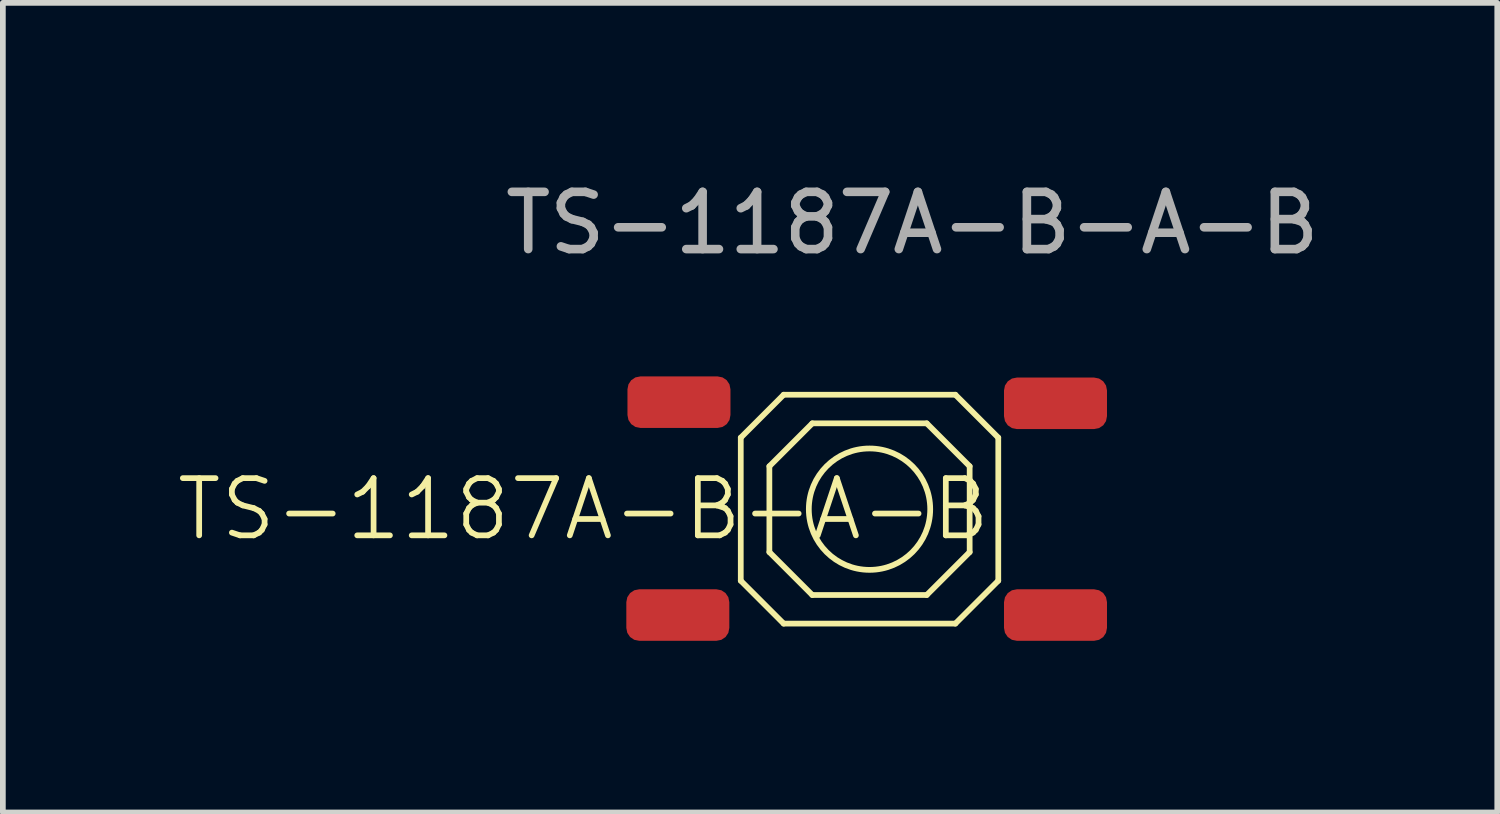
<source format=kicad_pcb>
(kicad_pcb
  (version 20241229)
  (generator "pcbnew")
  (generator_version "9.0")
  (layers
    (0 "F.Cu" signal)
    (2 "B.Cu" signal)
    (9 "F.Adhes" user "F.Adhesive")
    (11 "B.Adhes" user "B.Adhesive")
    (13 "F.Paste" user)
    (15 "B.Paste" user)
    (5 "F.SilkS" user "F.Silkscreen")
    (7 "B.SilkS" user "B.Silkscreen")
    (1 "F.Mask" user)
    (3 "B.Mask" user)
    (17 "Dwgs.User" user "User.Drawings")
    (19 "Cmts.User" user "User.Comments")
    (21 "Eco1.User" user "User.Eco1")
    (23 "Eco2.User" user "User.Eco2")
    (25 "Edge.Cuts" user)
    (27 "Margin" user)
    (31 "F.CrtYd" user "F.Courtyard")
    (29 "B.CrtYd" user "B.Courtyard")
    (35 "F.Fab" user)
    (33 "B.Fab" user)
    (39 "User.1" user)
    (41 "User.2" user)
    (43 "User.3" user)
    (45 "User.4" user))
  (footprint "TS-1187A-B-A-B"
    (layer "F.Cu")
    (at 12.145 5.848)
    (property "Reference" "TS-1187A-B-A-B" (at -5 0 0) (unlocked yes) (layer "F.SilkS") (effects (font (size 1 1) (thickness 0.1))))
    (attr smd)
    (fp_line (start -2.25 -1.25) (end -2.25 1.25) (stroke (width 0.1) (type default)) (layer "F.SilkS"))
    (fp_line (start -2.25 1.25) (end -1.5 2) (stroke (width 0.1) (type default)) (layer "F.SilkS"))
    (fp_line (start -1.75 -0.75) (end -1.75 0.75) (stroke (width 0.1) (type default)) (layer "F.SilkS"))
    (fp_line (start -1.75 0.75) (end -1 1.5) (stroke (width 0.1) (type default)) (layer "F.SilkS"))
    (fp_line (start -1.5 -2) (end -2.25 -1.25) (stroke (width 0.1) (type default)) (layer "F.SilkS"))
    (fp_line (start -1.5 2) (end 1.5 2) (stroke (width 0.1) (type default)) (layer "F.SilkS"))
    (fp_line (start -1 -1.5) (end -1.75 -0.75) (stroke (width 0.1) (type default)) (layer "F.SilkS"))
    (fp_line (start -1 1.5) (end 1 1.5) (stroke (width 0.1) (type default)) (layer "F.SilkS"))
    (fp_line (start 1 -1.5) (end -1 -1.5) (stroke (width 0.1) (type default)) (layer "F.SilkS"))
    (fp_line (start 1 1.5) (end 1.75 0.75) (stroke (width 0.1) (type default)) (layer "F.SilkS"))
    (fp_line (start 1.5 -2) (end -1.5 -2) (stroke (width 0.1) (type default)) (layer "F.SilkS"))
    (fp_line (start 1.5 2) (end 2.25 1.25) (stroke (width 0.1) (type default)) (layer "F.SilkS"))
    (fp_line (start 1.75 -0.75) (end 1 -1.5) (stroke (width 0.1) (type default)) (layer "F.SilkS"))
    (fp_line (start 1.75 0.75) (end 1.75 -0.75) (stroke (width 0.1) (type default)) (layer "F.SilkS"))
    (fp_line (start 2.25 -1.25) (end 1.5 -2) (stroke (width 0.1) (type default)) (layer "F.SilkS"))
    (fp_line (start 2.25 -1.25) (end 2.25 1.25) (stroke (width 0.1) (type default)) (layer "F.SilkS"))
    (fp_circle (center 0 0) (end 0.75 -0.75) (stroke (width 0.1) (type default)) (fill no) (layer "F.SilkS"))
    (fp_text user "${REFERENCE}" (at 0.75 -5 0) (unlocked yes) (layer "F.Fab") (effects (font (size 1 1) (thickness 0.15))))
    (pad "1" smd roundrect (at -3.33 -1.87) (size 1.8 0.9) (layers "F.Cu" "F.Mask" "F.Paste") (roundrect_rratio 0.25))
    (pad "2" smd roundrect (at 3.25 -1.85) (size 1.8 0.9) (layers "F.Cu" "F.Mask" "F.Paste") (roundrect_rratio 0.25))
    (pad "3" smd roundrect (at -3.35 1.85) (size 1.8 0.9) (layers "F.Cu" "F.Mask" "F.Paste") (roundrect_rratio 0.25))
    (pad "4" smd roundrect (at 3.25 1.85) (size 1.8 0.9) (layers "F.Cu" "F.Mask" "F.Paste") (roundrect_rratio 0.25)))
  (gr_rect
    (start -3 -3)
    (end 23.115 11.148)
    (stroke (width 0.1) (type default))
    (fill no)
    (layer "Edge.Cuts")))
</source>
